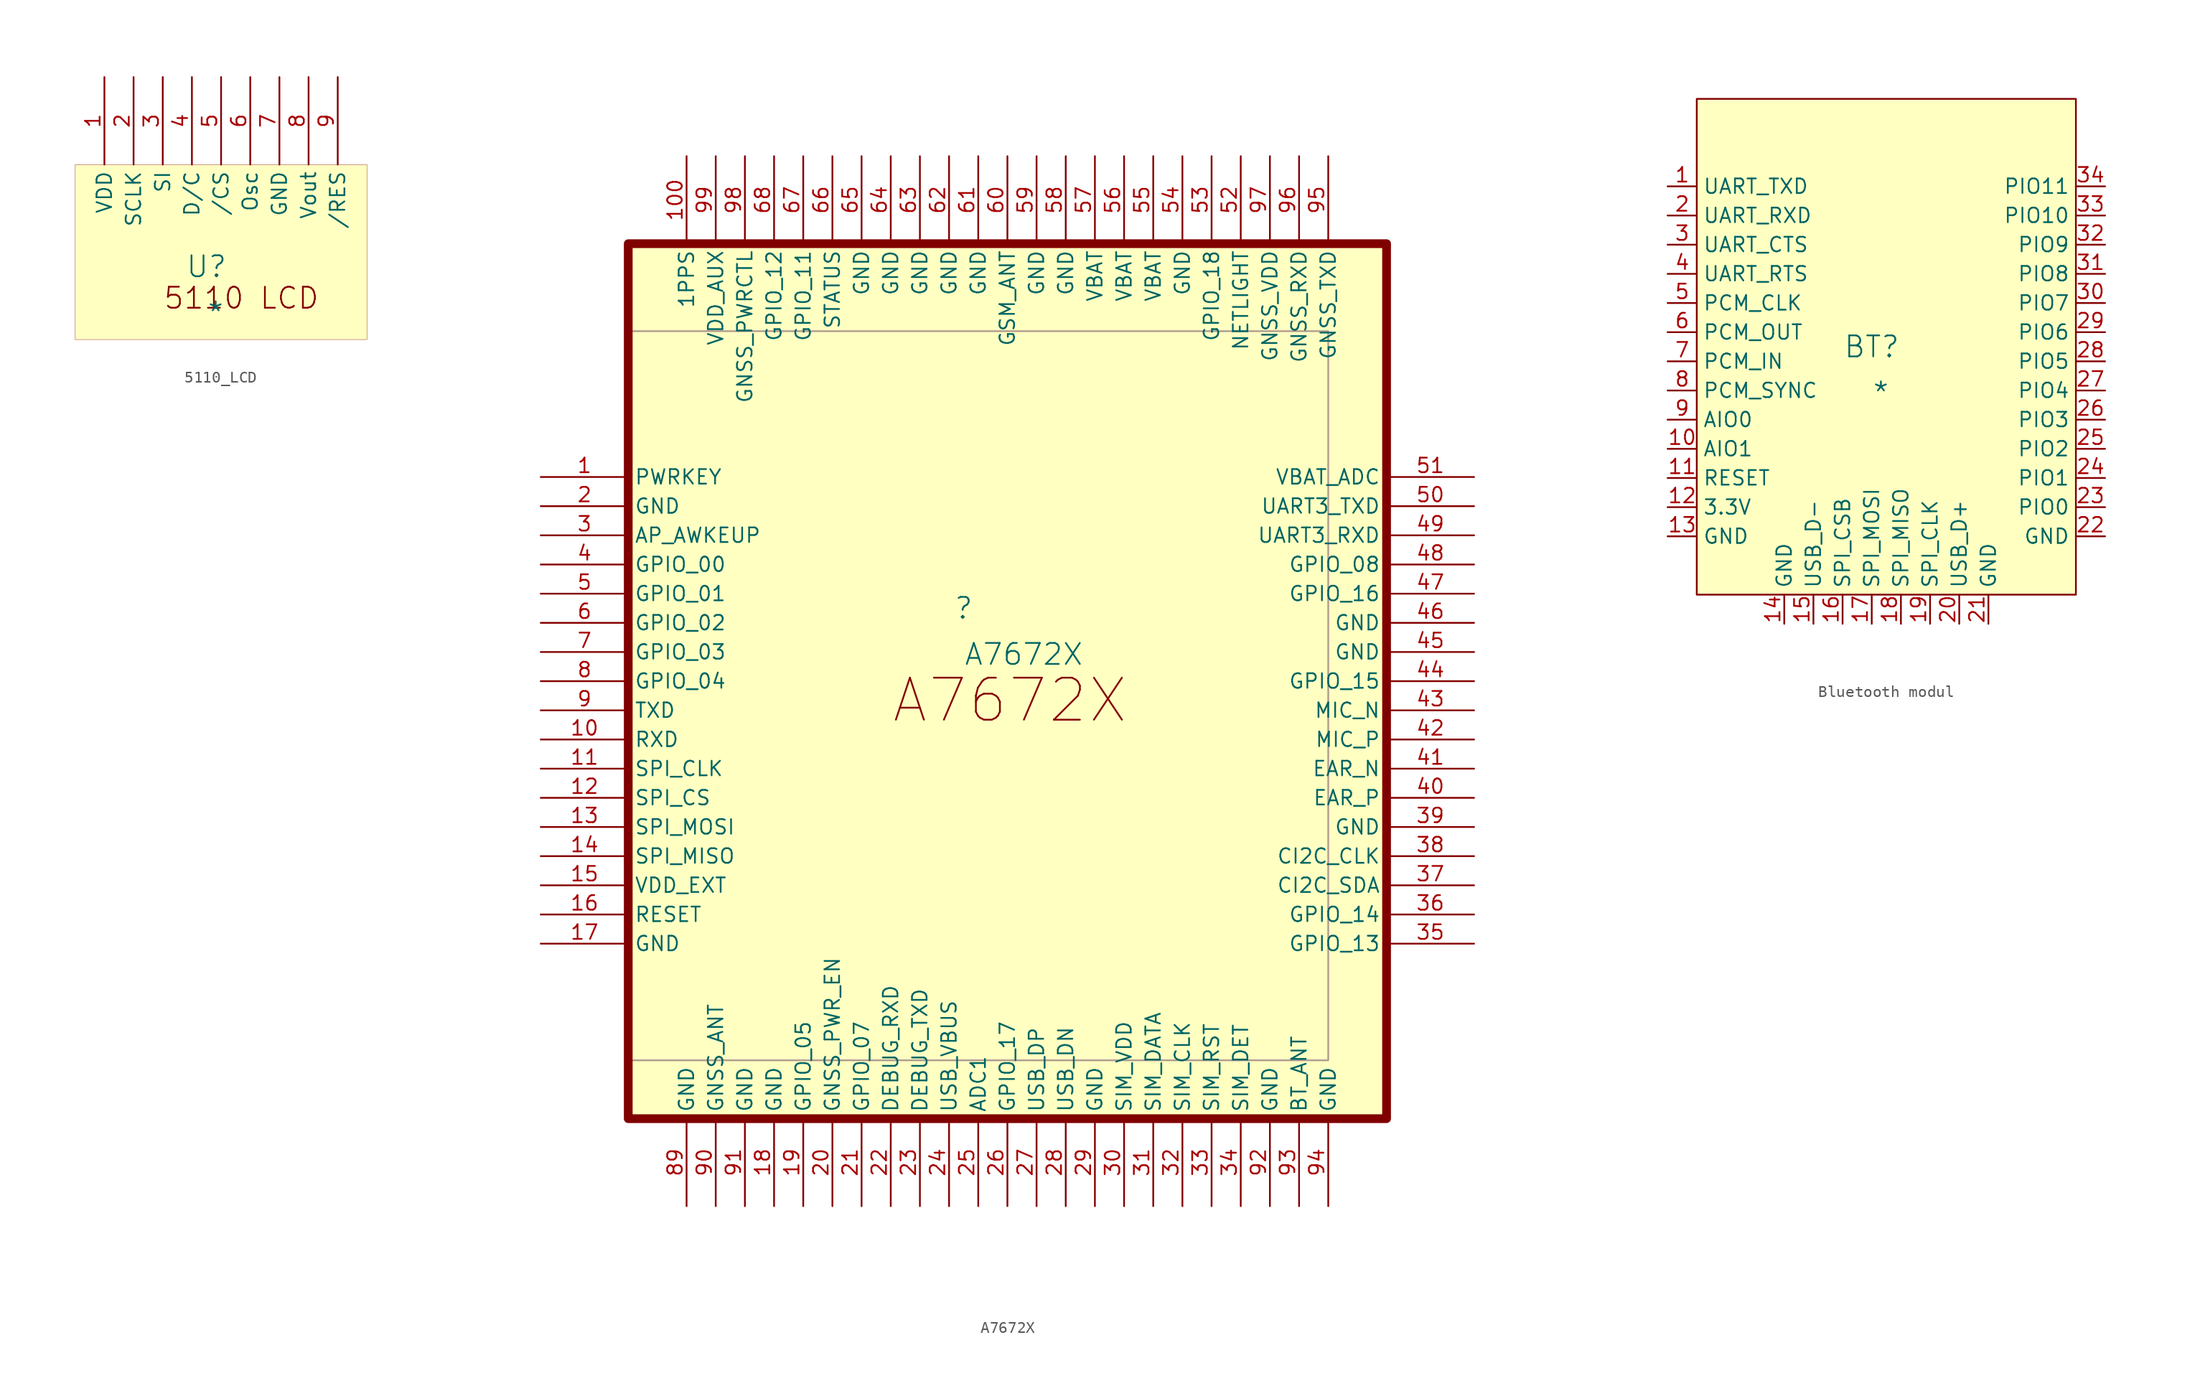
<source format=kicad_sym>
(kicad_symbol_lib
  (version 20241209)
  (generator "kicad_symbol_editor")
  (generator_version "9.0")
  (symbol "5110_LCD"
    (property "Reference" "U"
      (at -1.27 1.27 0)
      (effects (font (size 1.829 1.829))))
    (property "Value" "*"
      (at -1.27 -3.81 0)
      (effects (font (size 1.829 1.829)) (justify left bottom)))
    (symbol "5110_LCD_1_0"
      (rectangle (start 12.7 10.16) (end -12.7 -5.08) (stroke (width 0.025) (type solid) (color 128 0 0 1)) (fill (type background)))
      (text "5110 LCD" (at -5.08 -2.54 0) (effects (font (size 1.829 1.829)) (justify left bottom)))
      (pin passive line (at -10.16 17.78 270) (length 7.62) (name "VDD" (effects (font (size 1.27 1.27)))) (number "1" (effects (font (size 1.27 1.27)))))
      (pin passive line (at -7.62 17.78 270) (length 7.62) (name "SCLK" (effects (font (size 1.27 1.27)))) (number "2" (effects (font (size 1.27 1.27)))))
      (pin passive line (at -5.08 17.78 270) (length 7.62) (name "SI" (effects (font (size 1.27 1.27)))) (number "3" (effects (font (size 1.27 1.27)))))
      (pin passive line (at -2.54 17.78 270) (length 7.62) (name "D/C" (effects (font (size 1.27 1.27)))) (number "4" (effects (font (size 1.27 1.27)))))
      (pin passive line (at 0 17.78 270) (length 7.62) (name "/CS" (effects (font (size 1.27 1.27)))) (number "5" (effects (font (size 1.27 1.27)))))
      (pin passive line (at 2.54 17.78 270) (length 7.62) (name "Osc" (effects (font (size 1.27 1.27)))) (number "6" (effects (font (size 1.27 1.27)))))
      (pin passive line (at 5.08 17.78 270) (length 7.62) (name "GND" (effects (font (size 1.27 1.27)))) (number "7" (effects (font (size 1.27 1.27)))))
      (pin passive line (at 7.62 17.78 270) (length 7.62) (name "Vout" (effects (font (size 1.27 1.27)))) (number "8" (effects (font (size 1.27 1.27)))))
      (pin passive line (at 10.16 17.78 270) (length 7.62) (name "/RES" (effects (font (size 1.27 1.27)))) (number "9" (effects (font (size 1.27 1.27)))))))
  (symbol "A7672X"
    (property "Reference" ""
      (at -1.27 1.27 0)
      (effects (font (size 1.829 1.829))))
    (property "Value" "A7672X"
      (at -1.27 -3.81 0)
      (effects (font (size 1.829 1.829)) (justify left bottom)))
    (symbol "A7672X_1_0"
      (polyline (pts (xy -30.48 -38.1) (xy -30.48 25.4) (xy 30.48 25.4) (xy 30.48 -38.1) (xy -30.48 -38.1)) (stroke (width 0) (type solid) (color 175 155 143 1)) (fill (type none)))
      (rectangle (start 35.56 33.02) (end -30.48 -43.18) (stroke (width 0.762) (type solid) (color 128 0 0 1)) (fill (type background)))
      (text "A7672X" (at -7.62 -8.89 0) (effects (font (size 3.658 3.658)) (justify left bottom)))
      (pin passive line (at -38.1 12.7 0) (length 7.62) (name "PWRKEY" (effects (font (size 1.27 1.27)))) (number "1" (effects (font (size 1.27 1.27)))))
      (pin passive line (at -38.1 10.16 0) (length 7.62) (name "GND" (effects (font (size 1.27 1.27)))) (number "2" (effects (font (size 1.27 1.27)))))
      (pin passive line (at -38.1 7.62 0) (length 7.62) (name "AP_AWKEUP" (effects (font (size 1.27 1.27)))) (number "3" (effects (font (size 1.27 1.27)))))
      (pin passive line (at -38.1 5.08 0) (length 7.62) (name "GPIO_00" (effects (font (size 1.27 1.27)))) (number "4" (effects (font (size 1.27 1.27)))))
      (pin passive line (at -38.1 2.54 0) (length 7.62) (name "GPIO_01" (effects (font (size 1.27 1.27)))) (number "5" (effects (font (size 1.27 1.27)))))
      (pin passive line (at -38.1 0 0) (length 7.62) (name "GPIO_02" (effects (font (size 1.27 1.27)))) (number "6" (effects (font (size 1.27 1.27)))))
      (pin passive line (at -38.1 -2.54 0) (length 7.62) (name "GPIO_03" (effects (font (size 1.27 1.27)))) (number "7" (effects (font (size 1.27 1.27)))))
      (pin passive line (at -38.1 -5.08 0) (length 7.62) (name "GPIO_04" (effects (font (size 1.27 1.27)))) (number "8" (effects (font (size 1.27 1.27)))))
      (pin passive line (at -38.1 -7.62 0) (length 7.62) (name "TXD" (effects (font (size 1.27 1.27)))) (number "9" (effects (font (size 1.27 1.27)))))
      (pin passive line (at -38.1 -10.16 0) (length 7.62) (name "RXD" (effects (font (size 1.27 1.27)))) (number "10" (effects (font (size 1.27 1.27)))))
      (pin passive line (at -38.1 -12.7 0) (length 7.62) (name "SPI_CLK" (effects (font (size 1.27 1.27)))) (number "11" (effects (font (size 1.27 1.27)))))
      (pin passive line (at -38.1 -15.24 0) (length 7.62) (name "SPI_CS" (effects (font (size 1.27 1.27)))) (number "12" (effects (font (size 1.27 1.27)))))
      (pin passive line (at -38.1 -17.78 0) (length 7.62) (name "SPI_MOSI" (effects (font (size 1.27 1.27)))) (number "13" (effects (font (size 1.27 1.27)))))
      (pin passive line (at -38.1 -20.32 0) (length 7.62) (name "SPI_MISO" (effects (font (size 1.27 1.27)))) (number "14" (effects (font (size 1.27 1.27)))))
      (pin passive line (at -38.1 -22.86 0) (length 7.62) (name "VDD_EXT" (effects (font (size 1.27 1.27)))) (number "15" (effects (font (size 1.27 1.27)))))
      (pin passive line (at -38.1 -25.4 0) (length 7.62) (name "RESET" (effects (font (size 1.27 1.27)))) (number "16" (effects (font (size 1.27 1.27)))))
      (pin passive line (at -38.1 -27.94 0) (length 7.62) (name "GND" (effects (font (size 1.27 1.27)))) (number "17" (effects (font (size 1.27 1.27)))))
      (pin passive line (at -25.4 40.64 270) (length 7.62) (name "1PPS" (effects (font (size 1.27 1.27)))) (number "100" (effects (font (size 1.27 1.27)))))
      (pin passive line (at -25.4 -50.8 90) (length 7.62) (name "GND" (effects (font (size 1.27 1.27)))) (number "89" (effects (font (size 1.27 1.27)))))
      (pin passive line (at -22.86 40.64 270) (length 7.62) (name "VDD_AUX" (effects (font (size 1.27 1.27)))) (number "99" (effects (font (size 1.27 1.27)))))
      (pin passive line (at -22.86 -50.8 90) (length 7.62) (name "GNSS_ANT" (effects (font (size 1.27 1.27)))) (number "90" (effects (font (size 1.27 1.27)))))
      (pin passive line (at -20.32 40.64 270) (length 7.62) (name "GNSS_PWRCTL" (effects (font (size 1.27 1.27)))) (number "98" (effects (font (size 1.27 1.27)))))
      (pin passive line (at -20.32 -50.8 90) (length 7.62) (name "GND" (effects (font (size 1.27 1.27)))) (number "91" (effects (font (size 1.27 1.27)))))
      (pin passive line (at -17.78 40.64 270) (length 7.62) (name "GPIO_12" (effects (font (size 1.27 1.27)))) (number "68" (effects (font (size 1.27 1.27)))))
      (pin passive line (at -17.78 -50.8 90) (length 7.62) (name "GND" (effects (font (size 1.27 1.27)))) (number "18" (effects (font (size 1.27 1.27)))))
      (pin passive line (at -15.24 40.64 270) (length 7.62) (name "GPIO_11" (effects (font (size 1.27 1.27)))) (number "67" (effects (font (size 1.27 1.27)))))
      (pin passive line (at -15.24 -50.8 90) (length 7.62) (name "GPIO_05" (effects (font (size 1.27 1.27)))) (number "19" (effects (font (size 1.27 1.27)))))
      (pin passive line (at -12.7 40.64 270) (length 7.62) (name "STATUS" (effects (font (size 1.27 1.27)))) (number "66" (effects (font (size 1.27 1.27)))))
      (pin passive line (at -12.7 -50.8 90) (length 7.62) (name "GNSS_PWR_EN" (effects (font (size 1.27 1.27)))) (number "20" (effects (font (size 1.27 1.27)))))
      (pin passive line (at -10.16 40.64 270) (length 7.62) (name "GND" (effects (font (size 1.27 1.27)))) (number "65" (effects (font (size 1.27 1.27)))))
      (pin passive line (at -10.16 -50.8 90) (length 7.62) (name "GPIO_07" (effects (font (size 1.27 1.27)))) (number "21" (effects (font (size 1.27 1.27)))))
      (pin passive line (at -7.62 40.64 270) (length 7.62) (name "GND" (effects (font (size 1.27 1.27)))) (number "64" (effects (font (size 1.27 1.27)))))
      (pin passive line (at -7.62 -50.8 90) (length 7.62) (name "DEBUG_RXD" (effects (font (size 1.27 1.27)))) (number "22" (effects (font (size 1.27 1.27)))))
      (pin passive line (at -5.08 40.64 270) (length 7.62) (name "GND" (effects (font (size 1.27 1.27)))) (number "63" (effects (font (size 1.27 1.27)))))
      (pin passive line (at -5.08 -50.8 90) (length 7.62) (name "DEBUG_TXD" (effects (font (size 1.27 1.27)))) (number "23" (effects (font (size 1.27 1.27)))))
      (pin passive line (at -2.54 40.64 270) (length 7.62) (name "GND" (effects (font (size 1.27 1.27)))) (number "62" (effects (font (size 1.27 1.27)))))
      (pin passive line (at -2.54 -50.8 90) (length 7.62) (name "USB_VBUS" (effects (font (size 1.27 1.27)))) (number "24" (effects (font (size 1.27 1.27)))))
      (pin passive line (at 0 40.64 270) (length 7.62) (name "GND" (effects (font (size 1.27 1.27)))) (number "61" (effects (font (size 1.27 1.27)))))
      (pin passive line (at 0 -50.8 90) (length 7.62) (name "ADC1" (effects (font (size 1.27 1.27)))) (number "25" (effects (font (size 1.27 1.27)))))
      (pin passive line (at 2.54 40.64 270) (length 7.62) (name "GSM_ANT" (effects (font (size 1.27 1.27)))) (number "60" (effects (font (size 1.27 1.27)))))
      (pin passive line (at 2.54 -50.8 90) (length 7.62) (name "GPIO_17" (effects (font (size 1.27 1.27)))) (number "26" (effects (font (size 1.27 1.27)))))
      (pin passive line (at 5.08 40.64 270) (length 7.62) (name "GND" (effects (font (size 1.27 1.27)))) (number "59" (effects (font (size 1.27 1.27)))))
      (pin passive line (at 5.08 -50.8 90) (length 7.62) (name "USB_DP" (effects (font (size 1.27 1.27)))) (number "27" (effects (font (size 1.27 1.27)))))
      (pin passive line (at 7.62 40.64 270) (length 7.62) (name "GND" (effects (font (size 1.27 1.27)))) (number "58" (effects (font (size 1.27 1.27)))))
      (pin passive line (at 7.62 -50.8 90) (length 7.62) (name "USB_DN" (effects (font (size 1.27 1.27)))) (number "28" (effects (font (size 1.27 1.27)))))
      (pin passive line (at 10.16 40.64 270) (length 7.62) (name "VBAT" (effects (font (size 1.27 1.27)))) (number "57" (effects (font (size 1.27 1.27)))))
      (pin passive line (at 10.16 -50.8 90) (length 7.62) (name "GND" (effects (font (size 1.27 1.27)))) (number "29" (effects (font (size 1.27 1.27)))))
      (pin passive line (at 12.7 40.64 270) (length 7.62) (name "VBAT" (effects (font (size 1.27 1.27)))) (number "56" (effects (font (size 1.27 1.27)))))
      (pin passive line (at 12.7 -50.8 90) (length 7.62) (name "SIM_VDD" (effects (font (size 1.27 1.27)))) (number "30" (effects (font (size 1.27 1.27)))))
      (pin passive line (at 15.24 40.64 270) (length 7.62) (name "VBAT" (effects (font (size 1.27 1.27)))) (number "55" (effects (font (size 1.27 1.27)))))
      (pin passive line (at 15.24 -50.8 90) (length 7.62) (name "SIM_DATA" (effects (font (size 1.27 1.27)))) (number "31" (effects (font (size 1.27 1.27)))))
      (pin passive line (at 17.78 40.64 270) (length 7.62) (name "GND" (effects (font (size 1.27 1.27)))) (number "54" (effects (font (size 1.27 1.27)))))
      (pin passive line (at 17.78 -50.8 90) (length 7.62) (name "SIM_CLK" (effects (font (size 1.27 1.27)))) (number "32" (effects (font (size 1.27 1.27)))))
      (pin passive line (at 20.32 40.64 270) (length 7.62) (name "GPIO_18" (effects (font (size 1.27 1.27)))) (number "53" (effects (font (size 1.27 1.27)))))
      (pin passive line (at 20.32 -50.8 90) (length 7.62) (name "SIM_RST" (effects (font (size 1.27 1.27)))) (number "33" (effects (font (size 1.27 1.27)))))
      (pin passive line (at 22.86 40.64 270) (length 7.62) (name "NETLIGHT" (effects (font (size 1.27 1.27)))) (number "52" (effects (font (size 1.27 1.27)))))
      (pin passive line (at 22.86 -50.8 90) (length 7.62) (name "SIM_DET" (effects (font (size 1.27 1.27)))) (number "34" (effects (font (size 1.27 1.27)))))
      (pin passive line (at 25.4 40.64 270) (length 7.62) (name "GNSS_VDD" (effects (font (size 1.27 1.27)))) (number "97" (effects (font (size 1.27 1.27)))))
      (pin passive line (at 25.4 -50.8 90) (length 7.62) (name "GND" (effects (font (size 1.27 1.27)))) (number "92" (effects (font (size 1.27 1.27)))))
      (pin passive line (at 27.94 40.64 270) (length 7.62) (name "GNSS_RXD" (effects (font (size 1.27 1.27)))) (number "96" (effects (font (size 1.27 1.27)))))
      (pin passive line (at 27.94 -50.8 90) (length 7.62) (name "BT_ANT" (effects (font (size 1.27 1.27)))) (number "93" (effects (font (size 1.27 1.27)))))
      (pin passive line (at 30.48 40.64 270) (length 7.62) (name "GNSS_TXD" (effects (font (size 1.27 1.27)))) (number "95" (effects (font (size 1.27 1.27)))))
      (pin passive line (at 30.48 -50.8 90) (length 7.62) (name "GND" (effects (font (size 1.27 1.27)))) (number "94" (effects (font (size 1.27 1.27)))))
      (pin passive line (at 43.18 12.7 180) (length 7.62) (name "VBAT_ADC" (effects (font (size 1.27 1.27)))) (number "51" (effects (font (size 1.27 1.27)))))
      (pin passive line (at 43.18 10.16 180) (length 7.62) (name "UART3_TXD" (effects (font (size 1.27 1.27)))) (number "50" (effects (font (size 1.27 1.27)))))
      (pin passive line (at 43.18 7.62 180) (length 7.62) (name "UART3_RXD" (effects (font (size 1.27 1.27)))) (number "49" (effects (font (size 1.27 1.27)))))
      (pin passive line (at 43.18 5.08 180) (length 7.62) (name "GPIO_08" (effects (font (size 1.27 1.27)))) (number "48" (effects (font (size 1.27 1.27)))))
      (pin passive line (at 43.18 2.54 180) (length 7.62) (name "GPIO_16" (effects (font (size 1.27 1.27)))) (number "47" (effects (font (size 1.27 1.27)))))
      (pin passive line (at 43.18 0 180) (length 7.62) (name "GND" (effects (font (size 1.27 1.27)))) (number "46" (effects (font (size 1.27 1.27)))))
      (pin passive line (at 43.18 -2.54 180) (length 7.62) (name "GND" (effects (font (size 1.27 1.27)))) (number "45" (effects (font (size 1.27 1.27)))))
      (pin passive line (at 43.18 -5.08 180) (length 7.62) (name "GPIO_15" (effects (font (size 1.27 1.27)))) (number "44" (effects (font (size 1.27 1.27)))))
      (pin passive line (at 43.18 -7.62 180) (length 7.62) (name "MIC_N" (effects (font (size 1.27 1.27)))) (number "43" (effects (font (size 1.27 1.27)))))
      (pin passive line (at 43.18 -10.16 180) (length 7.62) (name "MIC_P" (effects (font (size 1.27 1.27)))) (number "42" (effects (font (size 1.27 1.27)))))
      (pin passive line (at 43.18 -12.7 180) (length 7.62) (name "EAR_N" (effects (font (size 1.27 1.27)))) (number "41" (effects (font (size 1.27 1.27)))))
      (pin passive line (at 43.18 -15.24 180) (length 7.62) (name "EAR_P" (effects (font (size 1.27 1.27)))) (number "40" (effects (font (size 1.27 1.27)))))
      (pin passive line (at 43.18 -17.78 180) (length 7.62) (name "GND" (effects (font (size 1.27 1.27)))) (number "39" (effects (font (size 1.27 1.27)))))
      (pin passive line (at 43.18 -20.32 180) (length 7.62) (name "CI2C_CLK" (effects (font (size 1.27 1.27)))) (number "38" (effects (font (size 1.27 1.27)))))
      (pin passive line (at 43.18 -22.86 180) (length 7.62) (name "CI2C_SDA" (effects (font (size 1.27 1.27)))) (number "37" (effects (font (size 1.27 1.27)))))
      (pin passive line (at 43.18 -25.4 180) (length 7.62) (name "GPIO_14" (effects (font (size 1.27 1.27)))) (number "36" (effects (font (size 1.27 1.27)))))
      (pin passive line (at 43.18 -27.94 180) (length 7.62) (name "GPIO_13" (effects (font (size 1.27 1.27)))) (number "35" (effects (font (size 1.27 1.27)))))))
  (symbol "Bluetooth modul"
    (property "Reference" "BT"
      (at -1.27 1.27 0)
      (effects (font (size 1.829 1.829))))
    (property "Value" "*"
      (at -1.27 -3.81 0)
      (effects (font (size 1.829 1.829)) (justify left bottom)))
    (symbol "Bluetooth modul_1_0"
      (rectangle (start 16.51 22.86) (end -16.51 -20.32) (stroke (width 0) (type solid) (color 128 0 0 1)) (fill (type background)))
      (pin passive line (at -19.05 15.24 0) (length 2.54) (name "UART_TXD" (effects (font (size 1.27 1.27)))) (number "1" (effects (font (size 1.27 1.27)))))
      (pin passive line (at -19.05 12.7 0) (length 2.54) (name "UART_RXD" (effects (font (size 1.27 1.27)))) (number "2" (effects (font (size 1.27 1.27)))))
      (pin passive line (at -19.05 10.16 0) (length 2.54) (name "UART_CTS" (effects (font (size 1.27 1.27)))) (number "3" (effects (font (size 1.27 1.27)))))
      (pin passive line (at -19.05 7.62 0) (length 2.54) (name "UART_RTS" (effects (font (size 1.27 1.27)))) (number "4" (effects (font (size 1.27 1.27)))))
      (pin passive line (at -19.05 5.08 0) (length 2.54) (name "PCM_CLK" (effects (font (size 1.27 1.27)))) (number "5" (effects (font (size 1.27 1.27)))))
      (pin passive line (at -19.05 2.54 0) (length 2.54) (name "PCM_OUT" (effects (font (size 1.27 1.27)))) (number "6" (effects (font (size 1.27 1.27)))))
      (pin passive line (at -19.05 0 0) (length 2.54) (name "PCM_IN" (effects (font (size 1.27 1.27)))) (number "7" (effects (font (size 1.27 1.27)))))
      (pin passive line (at -19.05 -2.54 0) (length 2.54) (name "PCM_SYNC" (effects (font (size 1.27 1.27)))) (number "8" (effects (font (size 1.27 1.27)))))
      (pin passive line (at -19.05 -5.08 0) (length 2.54) (name "AIO0" (effects (font (size 1.27 1.27)))) (number "9" (effects (font (size 1.27 1.27)))))
      (pin passive line (at -19.05 -7.62 0) (length 2.54) (name "AIO1" (effects (font (size 1.27 1.27)))) (number "10" (effects (font (size 1.27 1.27)))))
      (pin passive line (at -19.05 -10.16 0) (length 2.54) (name "RESET" (effects (font (size 1.27 1.27)))) (number "11" (effects (font (size 1.27 1.27)))))
      (pin passive line (at -19.05 -12.7 0) (length 2.54) (name "3.3V" (effects (font (size 1.27 1.27)))) (number "12" (effects (font (size 1.27 1.27)))))
      (pin passive line (at -19.05 -15.24 0) (length 2.54) (name "GND" (effects (font (size 1.27 1.27)))) (number "13" (effects (font (size 1.27 1.27)))))
      (pin passive line (at -8.89 -22.86 90) (length 2.54) (name "GND" (effects (font (size 1.27 1.27)))) (number "14" (effects (font (size 1.27 1.27)))))
      (pin passive line (at -6.35 -22.86 90) (length 2.54) (name "USB_D-" (effects (font (size 1.27 1.27)))) (number "15" (effects (font (size 1.27 1.27)))))
      (pin passive line (at -3.81 -22.86 90) (length 2.54) (name "SPI_CSB" (effects (font (size 1.27 1.27)))) (number "16" (effects (font (size 1.27 1.27)))))
      (pin passive line (at -1.27 -22.86 90) (length 2.54) (name "SPI_MOSI" (effects (font (size 1.27 1.27)))) (number "17" (effects (font (size 1.27 1.27)))))
      (pin passive line (at 1.27 -22.86 90) (length 2.54) (name "SPI_MISO" (effects (font (size 1.27 1.27)))) (number "18" (effects (font (size 1.27 1.27)))))
      (pin passive line (at 3.81 -22.86 90) (length 2.54) (name "SPI_CLK" (effects (font (size 1.27 1.27)))) (number "19" (effects (font (size 1.27 1.27)))))
      (pin passive line (at 6.35 -22.86 90) (length 2.54) (name "USB_D+" (effects (font (size 1.27 1.27)))) (number "20" (effects (font (size 1.27 1.27)))))
      (pin passive line (at 8.89 -22.86 90) (length 2.54) (name "GND" (effects (font (size 1.27 1.27)))) (number "21" (effects (font (size 1.27 1.27)))))
      (pin passive line (at 19.05 15.24 180) (length 2.54) (name "PIO11" (effects (font (size 1.27 1.27)))) (number "34" (effects (font (size 1.27 1.27)))))
      (pin passive line (at 19.05 12.7 180) (length 2.54) (name "PIO10" (effects (font (size 1.27 1.27)))) (number "33" (effects (font (size 1.27 1.27)))))
      (pin passive line (at 19.05 10.16 180) (length 2.54) (name "PIO9" (effects (font (size 1.27 1.27)))) (number "32" (effects (font (size 1.27 1.27)))))
      (pin passive line (at 19.05 7.62 180) (length 2.54) (name "PIO8" (effects (font (size 1.27 1.27)))) (number "31" (effects (font (size 1.27 1.27)))))
      (pin passive line (at 19.05 5.08 180) (length 2.54) (name "PIO7" (effects (font (size 1.27 1.27)))) (number "30" (effects (font (size 1.27 1.27)))))
      (pin passive line (at 19.05 2.54 180) (length 2.54) (name "PIO6" (effects (font (size 1.27 1.27)))) (number "29" (effects (font (size 1.27 1.27)))))
      (pin passive line (at 19.05 0 180) (length 2.54) (name "PIO5" (effects (font (size 1.27 1.27)))) (number "28" (effects (font (size 1.27 1.27)))))
      (pin passive line (at 19.05 -2.54 180) (length 2.54) (name "PIO4" (effects (font (size 1.27 1.27)))) (number "27" (effects (font (size 1.27 1.27)))))
      (pin passive line (at 19.05 -5.08 180) (length 2.54) (name "PIO3" (effects (font (size 1.27 1.27)))) (number "26" (effects (font (size 1.27 1.27)))))
      (pin passive line (at 19.05 -7.62 180) (length 2.54) (name "PIO2" (effects (font (size 1.27 1.27)))) (number "25" (effects (font (size 1.27 1.27)))))
      (pin passive line (at 19.05 -10.16 180) (length 2.54) (name "PIO1" (effects (font (size 1.27 1.27)))) (number "24" (effects (font (size 1.27 1.27)))))
      (pin passive line (at 19.05 -12.7 180) (length 2.54) (name "PIO0" (effects (font (size 1.27 1.27)))) (number "23" (effects (font (size 1.27 1.27)))))
      (pin passive line (at 19.05 -15.24 180) (length 2.54) (name "GND" (effects (font (size 1.27 1.27)))) (number "22" (effects (font (size 1.27 1.27))))))))
</source>
